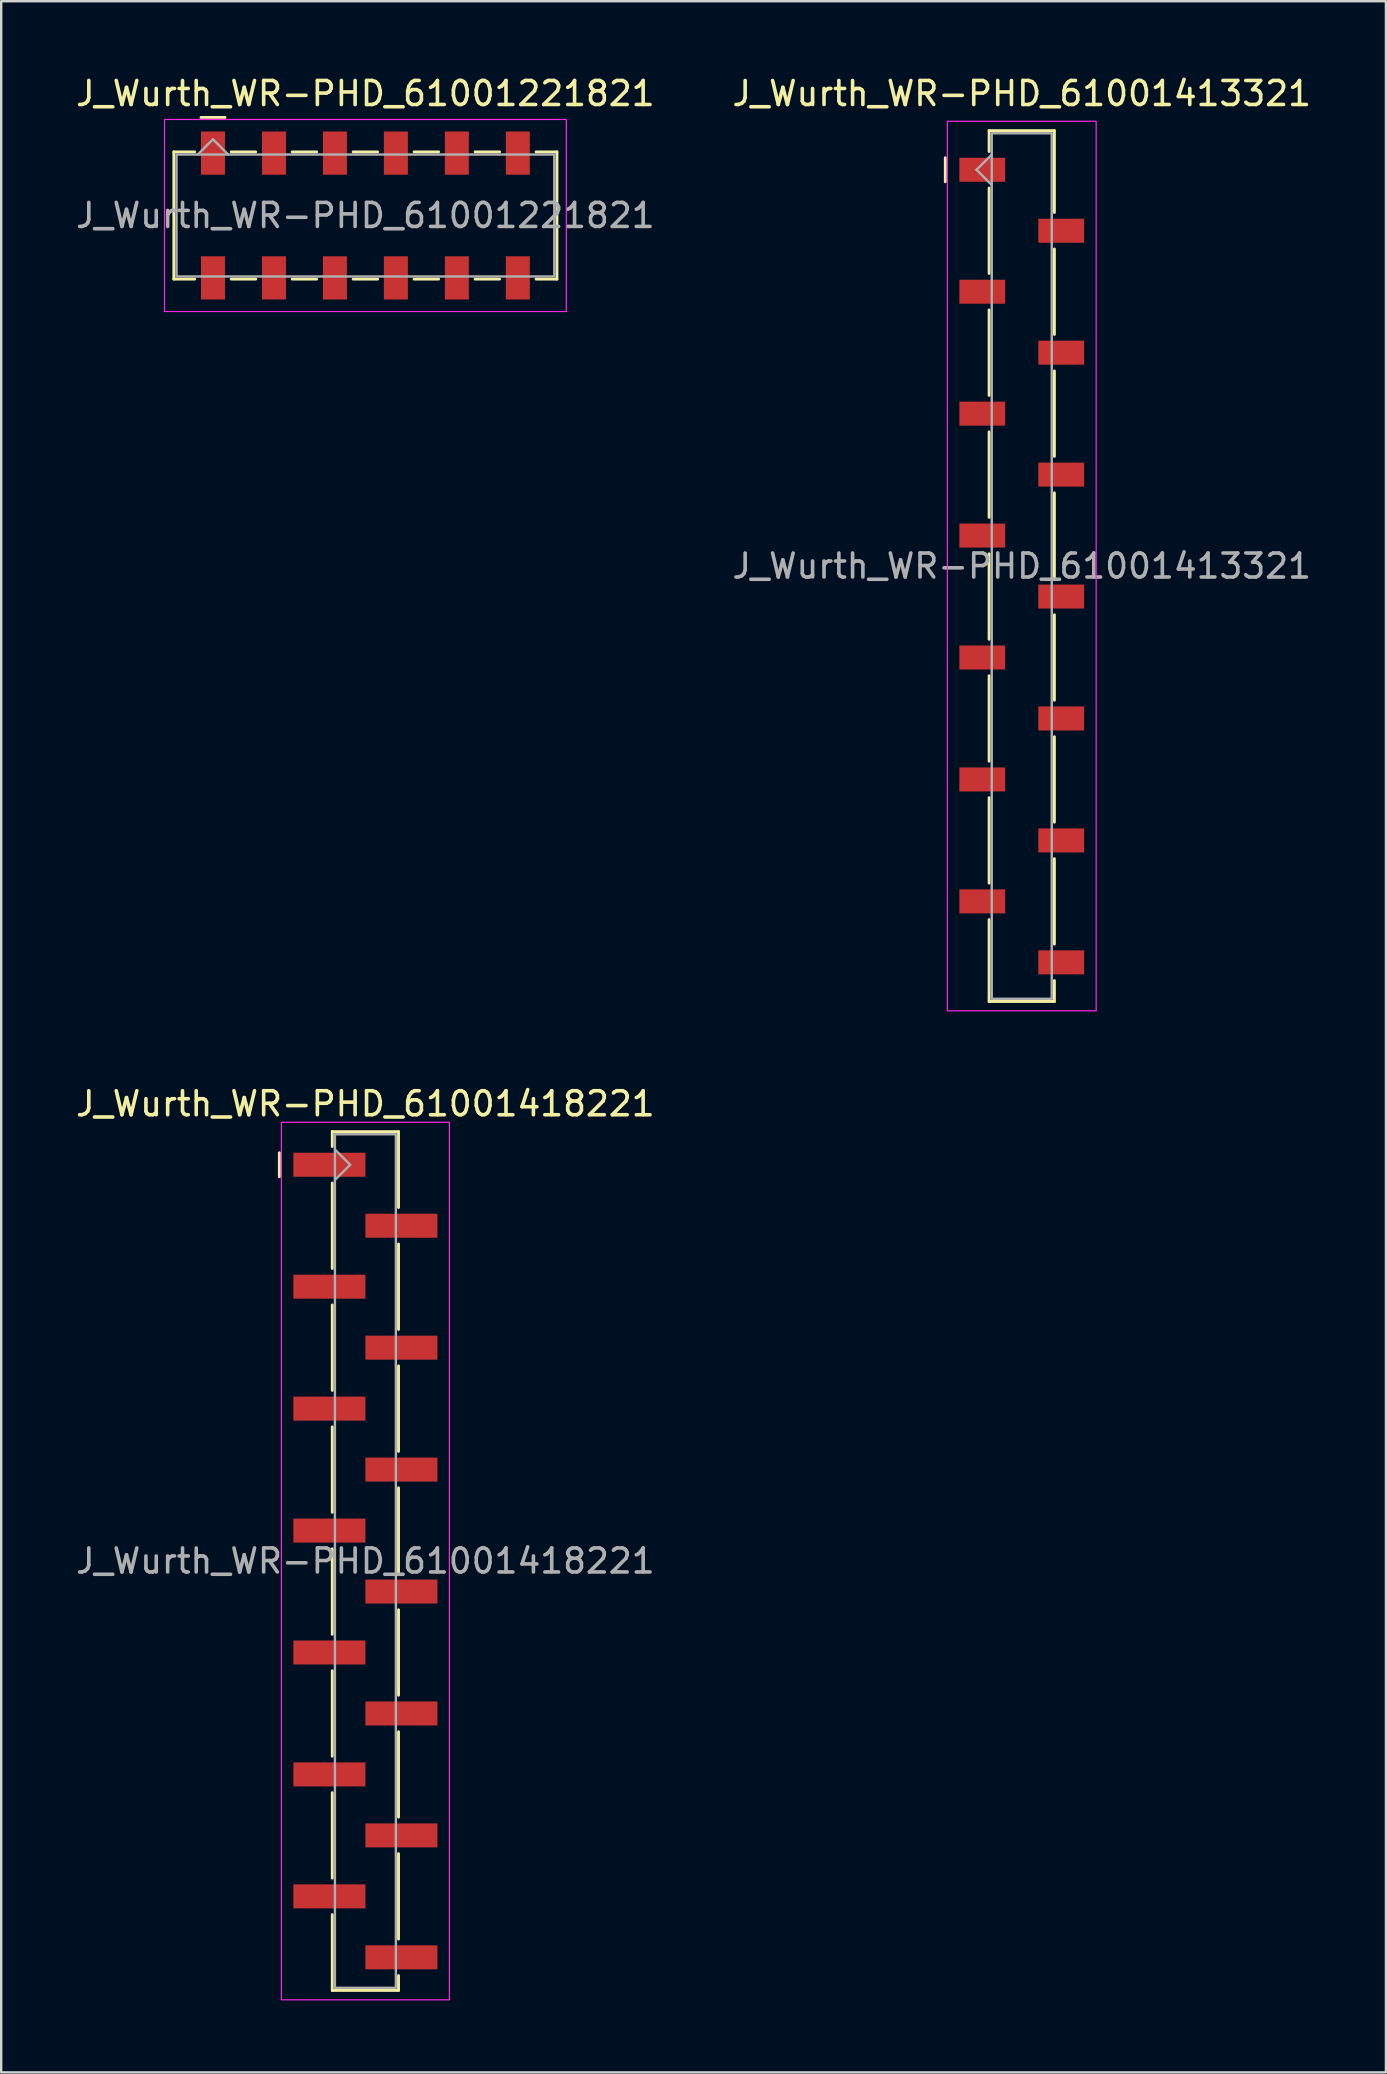
<source format=kicad_pcb>
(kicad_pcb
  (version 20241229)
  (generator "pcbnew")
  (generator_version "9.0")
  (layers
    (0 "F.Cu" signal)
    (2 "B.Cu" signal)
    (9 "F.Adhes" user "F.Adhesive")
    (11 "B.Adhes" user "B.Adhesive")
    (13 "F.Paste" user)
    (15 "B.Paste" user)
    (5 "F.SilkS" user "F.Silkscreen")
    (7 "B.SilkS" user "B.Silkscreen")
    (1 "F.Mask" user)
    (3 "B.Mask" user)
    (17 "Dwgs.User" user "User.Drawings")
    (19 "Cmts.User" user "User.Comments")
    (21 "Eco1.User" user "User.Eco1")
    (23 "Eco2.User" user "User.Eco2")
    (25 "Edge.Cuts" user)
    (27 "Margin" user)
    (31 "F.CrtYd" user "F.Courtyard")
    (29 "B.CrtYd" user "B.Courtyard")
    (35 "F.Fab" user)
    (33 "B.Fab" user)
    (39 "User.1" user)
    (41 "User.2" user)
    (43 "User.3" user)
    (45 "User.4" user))
  (footprint "J_Wurth_WR-PHD_61001413321"
    (layer "F.Cu")
    (at 39.518 20.533)
    (property "Reference" "J_Wurth_WR-PHD_61001413321" (at 0 -19.685 0) (unlocked yes) (layer "F.SilkS") (effects (font (size 1 1) (thickness 0.15))))
    (attr smd)
    (fp_line (start -3.185 -17.01) (end -3.185 -16.01) (stroke (width 0.12) (type solid)) (layer "F.SilkS"))
    (fp_line (start -1.36 -18.14) (end -1.36 -17.27) (stroke (width 0.12) (type solid)) (layer "F.SilkS"))
    (fp_line (start -1.36 -18.14) (end 1.36 -18.14) (stroke (width 0.12) (type solid)) (layer "F.SilkS"))
    (fp_line (start -1.36 -15.75) (end -1.36 -12.19) (stroke (width 0.12) (type solid)) (layer "F.SilkS"))
    (fp_line (start -1.36 -10.67) (end -1.36 -7.11) (stroke (width 0.12) (type solid)) (layer "F.SilkS"))
    (fp_line (start -1.36 -5.59) (end -1.36 -2.03) (stroke (width 0.12) (type solid)) (layer "F.SilkS"))
    (fp_line (start -1.36 -0.51) (end -1.36 3.05) (stroke (width 0.12) (type solid)) (layer "F.SilkS"))
    (fp_line (start -1.36 4.57) (end -1.36 8.13) (stroke (width 0.12) (type solid)) (layer "F.SilkS"))
    (fp_line (start -1.36 9.65) (end -1.36 13.21) (stroke (width 0.12) (type solid)) (layer "F.SilkS"))
    (fp_line (start -1.36 14.73) (end -1.36 18.14) (stroke (width 0.12) (type solid)) (layer "F.SilkS"))
    (fp_line (start -1.36 18.14) (end 1.36 18.14) (stroke (width 0.12) (type solid)) (layer "F.SilkS"))
    (fp_line (start 1.36 -18.14) (end 1.36 -14.73) (stroke (width 0.12) (type solid)) (layer "F.SilkS"))
    (fp_line (start 1.36 -13.21) (end 1.36 -9.65) (stroke (width 0.12) (type solid)) (layer "F.SilkS"))
    (fp_line (start 1.36 -8.13) (end 1.36 -4.57) (stroke (width 0.12) (type solid)) (layer "F.SilkS"))
    (fp_line (start 1.36 -3.05) (end 1.36 0.51) (stroke (width 0.12) (type solid)) (layer "F.SilkS"))
    (fp_line (start 1.36 2.03) (end 1.36 5.59) (stroke (width 0.12) (type solid)) (layer "F.SilkS"))
    (fp_line (start 1.36 7.11) (end 1.36 10.67) (stroke (width 0.12) (type solid)) (layer "F.SilkS"))
    (fp_line (start 1.36 12.19) (end 1.36 15.75) (stroke (width 0.12) (type solid)) (layer "F.SilkS"))
    (fp_line (start 1.36 17.27) (end 1.36 18.14) (stroke (width 0.12) (type solid)) (layer "F.SilkS"))
    (fp_rect (start -3.1 -18.53) (end 3.1 18.53) (stroke (width 0.05) (type solid)) (fill no) (layer "F.CrtYd"))
    (fp_line (start -1.885 -16.51) (end -1.25 -15.875) (stroke (width 0.1) (type default)) (layer "F.Fab"))
    (fp_line (start -1.25 -17.145) (end -1.885 -16.51) (stroke (width 0.1) (type default)) (layer "F.Fab"))
    (fp_rect (start -1.25 -18.03) (end 1.25 18.03) (stroke (width 0.1) (type solid)) (fill no) (layer "F.Fab"))
    (fp_text user "${REFERENCE}" (at 0 0 0) (unlocked yes) (layer "F.Fab") (effects (font (size 1 1) (thickness 0.15))))
    (pad "1" smd rect (at -1.645 -16.51 270) (size 1 1.91) (layers "F.Cu" "F.Mask" "F.Paste"))
    (pad "2" smd rect (at 1.645 -13.97 270) (size 1 1.91) (layers "F.Cu" "F.Mask" "F.Paste"))
    (pad "3" smd rect (at -1.645 -11.43 270) (size 1 1.91) (layers "F.Cu" "F.Mask" "F.Paste"))
    (pad "4" smd rect (at 1.645 -8.89 270) (size 1 1.91) (layers "F.Cu" "F.Mask" "F.Paste"))
    (pad "5" smd rect (at -1.645 -6.35 270) (size 1 1.91) (layers "F.Cu" "F.Mask" "F.Paste"))
    (pad "6" smd rect (at 1.645 -3.81 270) (size 1 1.91) (layers "F.Cu" "F.Mask" "F.Paste"))
    (pad "7" smd rect (at -1.645 -1.27 270) (size 1 1.91) (layers "F.Cu" "F.Mask" "F.Paste"))
    (pad "8" smd rect (at 1.645 1.27 270) (size 1 1.91) (layers "F.Cu" "F.Mask" "F.Paste"))
    (pad "9" smd rect (at -1.645 3.81 270) (size 1 1.91) (layers "F.Cu" "F.Mask" "F.Paste"))
    (pad "10" smd rect (at 1.645 6.35 270) (size 1 1.91) (layers "F.Cu" "F.Mask" "F.Paste"))
    (pad "11" smd rect (at -1.645 8.89 270) (size 1 1.91) (layers "F.Cu" "F.Mask" "F.Paste"))
    (pad "12" smd rect (at 1.645 11.43 270) (size 1 1.91) (layers "F.Cu" "F.Mask" "F.Paste"))
    (pad "13" smd rect (at -1.645 13.97 270) (size 1 1.91) (layers "F.Cu" "F.Mask" "F.Paste"))
    (pad "14" smd rect (at 1.645 16.51 270) (size 1 1.91) (layers "F.Cu" "F.Mask" "F.Paste")))
  (footprint "J_Wurth_WR-PHD_61001221821"
    (layer "F.Cu")
    (at 12.173 5.928)
    (property "Reference" "J_Wurth_WR-PHD_61001221821" (at 0 -5.08 0) (unlocked yes) (layer "F.SilkS") (effects (font (size 1 1) (thickness 0.15))))
    (attr smd)
    (fp_line (start -7.98 -2.65) (end -7.98 2.65) (stroke (width 0.12) (type solid)) (layer "F.SilkS"))
    (fp_line (start -7.98 -2.65) (end -7.11 -2.65) (stroke (width 0.12) (type solid)) (layer "F.SilkS"))
    (fp_line (start -7.98 2.65) (end -7.11 2.65) (stroke (width 0.12) (type solid)) (layer "F.SilkS"))
    (fp_line (start -6.85 -4.085) (end -5.85 -4.085) (stroke (width 0.12) (type solid)) (layer "F.SilkS"))
    (fp_line (start -5.59 -2.65) (end -4.57 -2.65) (stroke (width 0.12) (type solid)) (layer "F.SilkS"))
    (fp_line (start -5.59 2.65) (end -4.57 2.65) (stroke (width 0.12) (type solid)) (layer "F.SilkS"))
    (fp_line (start -3.05 -2.65) (end -2.03 -2.65) (stroke (width 0.12) (type solid)) (layer "F.SilkS"))
    (fp_line (start -3.05 2.65) (end -2.03 2.65) (stroke (width 0.12) (type solid)) (layer "F.SilkS"))
    (fp_line (start -0.51 -2.65) (end 0.51 -2.65) (stroke (width 0.12) (type solid)) (layer "F.SilkS"))
    (fp_line (start -0.51 2.65) (end 0.51 2.65) (stroke (width 0.12) (type solid)) (layer "F.SilkS"))
    (fp_line (start 2.03 -2.65) (end 3.05 -2.65) (stroke (width 0.12) (type solid)) (layer "F.SilkS"))
    (fp_line (start 2.03 2.65) (end 3.05 2.65) (stroke (width 0.12) (type solid)) (layer "F.SilkS"))
    (fp_line (start 4.57 -2.65) (end 5.59 -2.65) (stroke (width 0.12) (type solid)) (layer "F.SilkS"))
    (fp_line (start 4.57 2.65) (end 5.59 2.65) (stroke (width 0.12) (type solid)) (layer "F.SilkS"))
    (fp_line (start 7.11 -2.65) (end 7.98 -2.65) (stroke (width 0.12) (type solid)) (layer "F.SilkS"))
    (fp_line (start 7.11 2.65) (end 7.98 2.65) (stroke (width 0.12) (type solid)) (layer "F.SilkS"))
    (fp_line (start 7.98 -2.65) (end 7.98 2.65) (stroke (width 0.12) (type solid)) (layer "F.SilkS"))
    (fp_rect (start -8.37 -4) (end 8.37 4) (stroke (width 0.05) (type solid)) (fill no) (layer "F.CrtYd"))
    (fp_line (start -6.985 -2.54) (end -6.35 -3.175) (stroke (width 0.1) (type default)) (layer "F.Fab"))
    (fp_line (start -6.35 -3.175) (end -5.715 -2.54) (stroke (width 0.1) (type default)) (layer "F.Fab"))
    (fp_rect (start -7.87 -2.54) (end 7.87 2.54) (stroke (width 0.1) (type solid)) (fill no) (layer "F.Fab"))
    (fp_text user "${REFERENCE}" (at 0 0 0) (unlocked yes) (layer "F.Fab") (effects (font (size 1 1) (thickness 0.15))))
    (pad "1" smd rect (at -6.35 -2.6) (size 1 1.8) (layers "F.Cu" "F.Mask" "F.Paste"))
    (pad "2" smd rect (at -6.35 2.6) (size 1 1.8) (layers "F.Cu" "F.Mask" "F.Paste"))
    (pad "3" smd rect (at -3.81 -2.6) (size 1 1.8) (layers "F.Cu" "F.Mask" "F.Paste"))
    (pad "4" smd rect (at -3.81 2.6) (size 1 1.8) (layers "F.Cu" "F.Mask" "F.Paste"))
    (pad "5" smd rect (at -1.27 -2.6) (size 1 1.8) (layers "F.Cu" "F.Mask" "F.Paste"))
    (pad "6" smd rect (at -1.27 2.6) (size 1 1.8) (layers "F.Cu" "F.Mask" "F.Paste"))
    (pad "7" smd rect (at 1.27 -2.6) (size 1 1.8) (layers "F.Cu" "F.Mask" "F.Paste"))
    (pad "8" smd rect (at 1.27 2.6) (size 1 1.8) (layers "F.Cu" "F.Mask" "F.Paste"))
    (pad "9" smd rect (at 3.81 -2.6) (size 1 1.8) (layers "F.Cu" "F.Mask" "F.Paste"))
    (pad "10" smd rect (at 3.81 2.6) (size 1 1.8) (layers "F.Cu" "F.Mask" "F.Paste"))
    (pad "11" smd rect (at 6.35 -2.6) (size 1 1.8) (layers "F.Cu" "F.Mask" "F.Paste"))
    (pad "12" smd rect (at 6.35 2.6) (size 1 1.8) (layers "F.Cu" "F.Mask" "F.Paste")))
  (footprint "J_Wurth_WR-PHD_61001418221"
    (layer "F.Cu")
    (at 12.173 61.986)
    (property "Reference" "J_Wurth_WR-PHD_61001418221" (at 0 -19.05 0) (unlocked yes) (layer "F.SilkS") (effects (font (size 1 1) (thickness 0.15))))
    (attr smd)
    (fp_line (start -3.585 -17.01) (end -3.585 -16.01) (stroke (width 0.12) (type solid)) (layer "F.SilkS"))
    (fp_line (start -1.38 -17.89) (end -1.38 -17.27) (stroke (width 0.12) (type solid)) (layer "F.SilkS"))
    (fp_line (start -1.38 -17.89) (end 1.38 -17.89) (stroke (width 0.12) (type solid)) (layer "F.SilkS"))
    (fp_line (start -1.38 -15.75) (end -1.38 -12.19) (stroke (width 0.12) (type solid)) (layer "F.SilkS"))
    (fp_line (start -1.38 -10.67) (end -1.38 -7.11) (stroke (width 0.12) (type solid)) (layer "F.SilkS"))
    (fp_line (start -1.38 -5.59) (end -1.38 -2.03) (stroke (width 0.12) (type solid)) (layer "F.SilkS"))
    (fp_line (start -1.38 -0.51) (end -1.38 3.05) (stroke (width 0.12) (type solid)) (layer "F.SilkS"))
    (fp_line (start -1.38 4.57) (end -1.38 8.13) (stroke (width 0.12) (type solid)) (layer "F.SilkS"))
    (fp_line (start -1.38 9.65) (end -1.38 13.21) (stroke (width 0.12) (type solid)) (layer "F.SilkS"))
    (fp_line (start -1.38 17.89) (end -1.38 14.73) (stroke (width 0.12) (type solid)) (layer "F.SilkS"))
    (fp_line (start -1.38 17.89) (end 1.38 17.89) (stroke (width 0.12) (type solid)) (layer "F.SilkS"))
    (fp_line (start 1.38 -17.89) (end 1.38 -14.73) (stroke (width 0.12) (type solid)) (layer "F.SilkS"))
    (fp_line (start 1.38 -9.65) (end 1.38 -13.21) (stroke (width 0.12) (type solid)) (layer "F.SilkS"))
    (fp_line (start 1.38 -8.13) (end 1.38 -4.57) (stroke (width 0.12) (type solid)) (layer "F.SilkS"))
    (fp_line (start 1.38 -3.05) (end 1.38 0.51) (stroke (width 0.12) (type solid)) (layer "F.SilkS"))
    (fp_line (start 1.38 2.03) (end 1.38 5.59) (stroke (width 0.12) (type solid)) (layer "F.SilkS"))
    (fp_line (start 1.38 7.11) (end 1.38 10.67) (stroke (width 0.12) (type solid)) (layer "F.SilkS"))
    (fp_line (start 1.38 12.19) (end 1.38 15.75) (stroke (width 0.12) (type solid)) (layer "F.SilkS"))
    (fp_line (start 1.38 17.89) (end 1.38 17.27) (stroke (width 0.12) (type solid)) (layer "F.SilkS"))
    (fp_rect (start -3.5 -18.28) (end 3.5 18.28) (stroke (width 0.05) (type solid)) (fill no) (layer "F.CrtYd"))
    (fp_line (start -1.27 -17.145) (end -0.635 -16.51) (stroke (width 0.1) (type default)) (layer "F.Fab"))
    (fp_line (start -0.635 -16.51) (end -1.27 -15.875) (stroke (width 0.1) (type default)) (layer "F.Fab"))
    (fp_rect (start -1.27 -17.78) (end 1.27 17.78) (stroke (width 0.1) (type solid)) (fill no) (layer "F.Fab"))
    (fp_text user "${REFERENCE}" (at 0 0 0) (unlocked yes) (layer "F.Fab") (effects (font (size 1 1) (thickness 0.15))))
    (pad "1" smd rect (at -1.5 -16.51 270) (size 1 3) (layers "F.Cu" "F.Mask" "F.Paste"))
    (pad "2" smd rect (at 1.5 -13.97 270) (size 1 3) (layers "F.Cu" "F.Mask" "F.Paste"))
    (pad "3" smd rect (at -1.5 -11.43 270) (size 1 3) (layers "F.Cu" "F.Mask" "F.Paste"))
    (pad "4" smd rect (at 1.5 -8.89 270) (size 1 3) (layers "F.Cu" "F.Mask" "F.Paste"))
    (pad "5" smd rect (at -1.5 -6.35 270) (size 1 3) (layers "F.Cu" "F.Mask" "F.Paste"))
    (pad "6" smd rect (at 1.5 -3.81 270) (size 1 3) (layers "F.Cu" "F.Mask" "F.Paste"))
    (pad "7" smd rect (at -1.5 -1.27 270) (size 1 3) (layers "F.Cu" "F.Mask" "F.Paste"))
    (pad "8" smd rect (at 1.5 1.27 270) (size 1 3) (layers "F.Cu" "F.Mask" "F.Paste"))
    (pad "9" smd rect (at -1.5 3.81 270) (size 1 3) (layers "F.Cu" "F.Mask" "F.Paste"))
    (pad "10" smd rect (at 1.5 6.35 270) (size 1 3) (layers "F.Cu" "F.Mask" "F.Paste"))
    (pad "11" smd rect (at -1.5 8.89 270) (size 1 3) (layers "F.Cu" "F.Mask" "F.Paste"))
    (pad "12" smd rect (at 1.5 11.43 270) (size 1 3) (layers "F.Cu" "F.Mask" "F.Paste"))
    (pad "13" smd rect (at -1.5 13.97 270) (size 1 3) (layers "F.Cu" "F.Mask" "F.Paste"))
    (pad "14" smd rect (at 1.5 16.51 270) (size 1 3) (layers "F.Cu" "F.Mask" "F.Paste")))
  (gr_rect
    (start -3 -3)
    (end 54.69 83.291)
    (stroke (width 0.1) (type default))
    (fill no)
    (layer "Edge.Cuts")))
</source>
